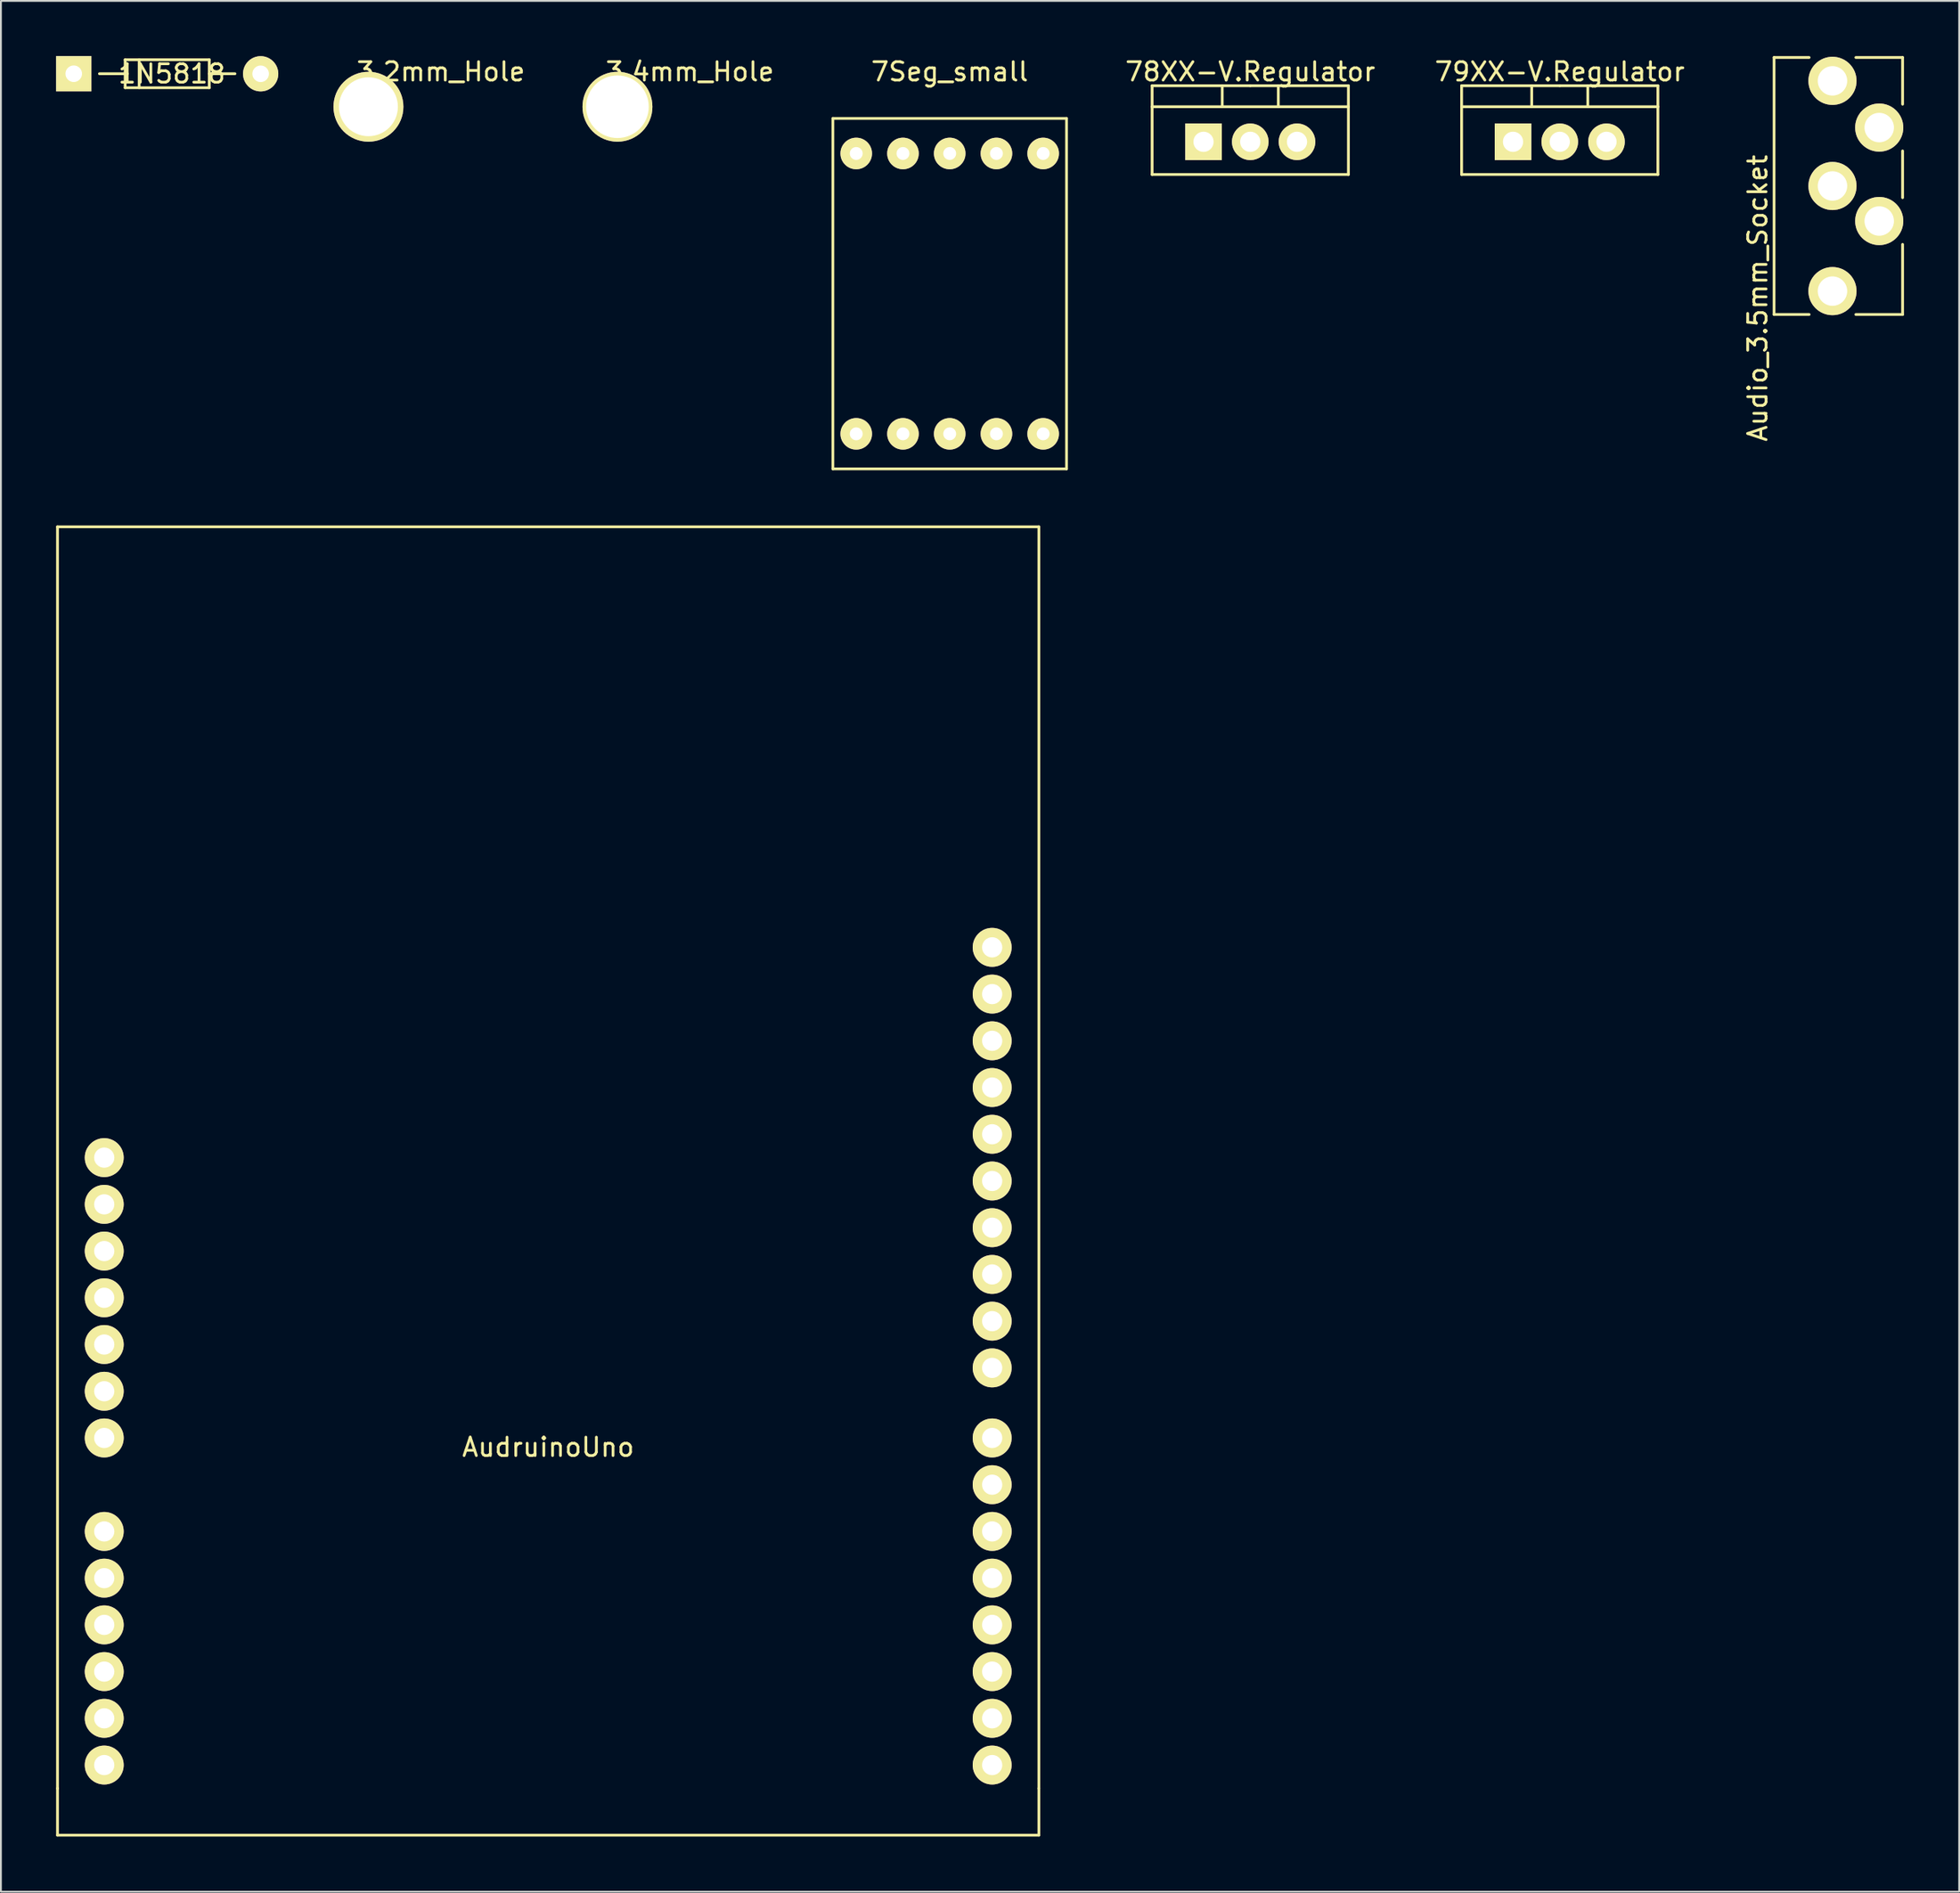
<source format=kicad_pcb>
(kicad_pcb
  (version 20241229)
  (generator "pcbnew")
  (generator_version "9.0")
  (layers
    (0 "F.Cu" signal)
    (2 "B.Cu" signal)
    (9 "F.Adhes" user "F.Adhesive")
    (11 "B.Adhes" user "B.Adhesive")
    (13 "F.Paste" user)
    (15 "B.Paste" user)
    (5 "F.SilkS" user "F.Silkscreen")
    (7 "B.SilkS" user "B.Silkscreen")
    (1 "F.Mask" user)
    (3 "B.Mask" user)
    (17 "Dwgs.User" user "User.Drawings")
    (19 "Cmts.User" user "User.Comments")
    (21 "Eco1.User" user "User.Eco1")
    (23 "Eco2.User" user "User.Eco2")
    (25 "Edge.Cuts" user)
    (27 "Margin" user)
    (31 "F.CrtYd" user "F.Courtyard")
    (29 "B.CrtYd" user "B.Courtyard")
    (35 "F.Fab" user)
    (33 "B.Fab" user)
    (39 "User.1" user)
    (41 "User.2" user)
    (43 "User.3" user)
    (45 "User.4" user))
  (footprint "7Seg_small"
    (layer "F.Cu")
    (at 48.567 20.533)
    (property "Reference" "7Seg_small" (at 0 -19.685 0) (layer "F.SilkS") (effects (font (size 1 1) (thickness 0.15))))
    (attr through_hole)
    (fp_line (start -6.35 -17.145) (end -6.35 1.905) (stroke (width 0.15) (type solid)) (layer "F.SilkS"))
    (fp_line (start -6.35 1.905) (end 6.35 1.905) (stroke (width 0.15) (type solid)) (layer "F.SilkS"))
    (fp_line (start 6.35 -17.145) (end -6.35 -17.145) (stroke (width 0.15) (type solid)) (layer "F.SilkS"))
    (fp_line (start 6.35 1.905) (end 6.35 -17.145) (stroke (width 0.15) (type solid)) (layer "F.SilkS"))
    (pad "1" thru_hole circle (at -5.08 0) (size 1.716 1.716) (drill 0.7) (layers "*.Cu" "*.Mask" "F.SilkS"))
    (pad "2" thru_hole circle (at -2.54 0) (size 1.716 1.716) (drill 0.7) (layers "*.Cu" "*.Mask" "F.SilkS"))
    (pad "3,8" thru_hole circle (at 0 -15.24) (size 1.716 1.716) (drill 0.7) (layers "*.Cu" "*.Mask" "F.SilkS"))
    (pad "3,8" thru_hole circle (at 0 0) (size 1.716 1.716) (drill 0.7) (layers "*.Cu" "*.Mask" "F.SilkS"))
    (pad "4" thru_hole circle (at 2.54 0) (size 1.716 1.716) (drill 0.7) (layers "*.Cu" "*.Mask" "F.SilkS"))
    (pad "5" thru_hole circle (at 5.08 0) (size 1.716 1.716) (drill 0.7) (layers "*.Cu" "*.Mask" "F.SilkS"))
    (pad "6" thru_hole circle (at 5.08 -15.24) (size 1.716 1.716) (drill 0.7) (layers "*.Cu" "*.Mask" "F.SilkS"))
    (pad "7" thru_hole circle (at 2.54 -15.24) (size 1.716 1.716) (drill 0.7) (layers "*.Cu" "*.Mask" "F.SilkS"))
    (pad "9" thru_hole circle (at -2.54 -15.24) (size 1.716 1.716) (drill 0.7) (layers "*.Cu" "*.Mask" "F.SilkS"))
    (pad "10" thru_hole circle (at -5.08 -15.24) (size 1.716 1.716) (drill 0.7) (layers "*.Cu" "*.Mask" "F.SilkS")))
  (footprint "79XX-V.Regulator"
    (layer "F.Cu")
    (at 81.724 4.658)
    (property "Reference" "79XX-V.Regulator" (at 0 -3.81 0) (layer "F.SilkS") (effects (font (size 1 1) (thickness 0.15))))
    (attr through_hole)
    (fp_line (start -5.334 -1.905) (end -5.334 -3.048) (stroke (width 0.15) (type solid)) (layer "F.SilkS"))
    (fp_line (start -5.334 1.778) (end -5.334 -1.905) (stroke (width 0.15) (type solid)) (layer "F.SilkS"))
    (fp_line (start -1.524 -3.048) (end -1.524 -1.905) (stroke (width 0.15) (type solid)) (layer "F.SilkS"))
    (fp_line (start 0 -3.048) (end -5.334 -3.048) (stroke (width 0.15) (type solid)) (layer "F.SilkS"))
    (fp_line (start 0 -3.048) (end 5.334 -3.048) (stroke (width 0.15) (type solid)) (layer "F.SilkS"))
    (fp_line (start 1.524 -3.048) (end 1.524 -1.905) (stroke (width 0.15) (type solid)) (layer "F.SilkS"))
    (fp_line (start 5.334 -3.048) (end 5.334 -1.905) (stroke (width 0.15) (type solid)) (layer "F.SilkS"))
    (fp_line (start 5.334 -1.905) (end -5.334 -1.905) (stroke (width 0.15) (type solid)) (layer "F.SilkS"))
    (fp_line (start 5.334 -1.905) (end 5.334 1.778) (stroke (width 0.15) (type solid)) (layer "F.SilkS"))
    (fp_line (start 5.334 1.778) (end -5.334 1.778) (stroke (width 0.15) (type solid)) (layer "F.SilkS"))
    (pad "GND" thru_hole rect (at -2.54 0 90) (size 1.989 1.989) (drill 1.1) (layers "*.Cu" "*.Mask" "F.SilkS"))
    (pad "VI" thru_hole circle (at 0 0 90) (size 1.989 1.989) (drill 1.1) (layers "*.Cu" "*.Mask" "F.SilkS"))
    (pad "VO" thru_hole circle (at 2.54 0 90) (size 1.989 1.989) (drill 1.1) (layers "*.Cu" "*.Mask" "F.SilkS")))
  (footprint "1N5818"
    (layer "F.Cu")
    (at 0.957 0.961)
    (property "Reference" "1N5818" (at 5.334 0 0) (layer "F.SilkS") (effects (font (size 1 1) (thickness 0.15))))
    (attr through_hole)
    (fp_line (start 2.795 -0.765) (end 2.795 -0.003) (stroke (width 0.15) (type solid)) (layer "F.SilkS"))
    (fp_line (start 2.795 -0.003) (end 2.795 0.759) (stroke (width 0.15) (type solid)) (layer "F.SilkS"))
    (fp_line (start 2.795 0.759) (end 7.367 0.759) (stroke (width 0.15) (type solid)) (layer "F.SilkS"))
    (fp_line (start 2.922 -0.003) (end 1.398 -0.003) (stroke (width 0.15) (type solid)) (layer "F.SilkS"))
    (fp_line (start 3.557 -0.765) (end 3.557 0.759) (stroke (width 0.15) (type solid)) (layer "F.SilkS"))
    (fp_line (start 7.367 -0.765) (end 2.795 -0.765) (stroke (width 0.15) (type solid)) (layer "F.SilkS"))
    (fp_line (start 7.367 -0.003) (end 8.764 -0.003) (stroke (width 0.15) (type solid)) (layer "F.SilkS"))
    (fp_line (start 7.367 0.759) (end 7.367 -0.765) (stroke (width 0.15) (type solid)) (layer "F.SilkS"))
    (pad "1" thru_hole rect (at 0.001 -0.003 180) (size 1.916 1.916) (drill 0.9) (layers "*.Cu" "*.Mask" "F.SilkS"))
    (pad "2" thru_hole circle (at 10.16 0) (size 1.916 1.916) (drill 0.9) (layers "*.Cu" "*.Mask" "F.SilkS")))
  (footprint "78XX-V.Regulator"
    (layer "F.Cu")
    (at 64.903 4.658)
    (property "Reference" "78XX-V.Regulator" (at 0 -3.81 0) (layer "F.SilkS") (effects (font (size 1 1) (thickness 0.15))))
    (attr through_hole)
    (fp_line (start -5.334 -1.905) (end -5.334 -3.048) (stroke (width 0.15) (type solid)) (layer "F.SilkS"))
    (fp_line (start -5.334 1.778) (end -5.334 -1.905) (stroke (width 0.15) (type solid)) (layer "F.SilkS"))
    (fp_line (start -1.524 -3.048) (end -1.524 -1.905) (stroke (width 0.15) (type solid)) (layer "F.SilkS"))
    (fp_line (start 0 -3.048) (end -5.334 -3.048) (stroke (width 0.15) (type solid)) (layer "F.SilkS"))
    (fp_line (start 0 -3.048) (end 5.334 -3.048) (stroke (width 0.15) (type solid)) (layer "F.SilkS"))
    (fp_line (start 1.524 -3.048) (end 1.524 -1.905) (stroke (width 0.15) (type solid)) (layer "F.SilkS"))
    (fp_line (start 5.334 -3.048) (end 5.334 -1.905) (stroke (width 0.15) (type solid)) (layer "F.SilkS"))
    (fp_line (start 5.334 -1.905) (end -5.334 -1.905) (stroke (width 0.15) (type solid)) (layer "F.SilkS"))
    (fp_line (start 5.334 -1.905) (end 5.334 1.778) (stroke (width 0.15) (type solid)) (layer "F.SilkS"))
    (fp_line (start 5.334 1.778) (end -5.334 1.778) (stroke (width 0.15) (type solid)) (layer "F.SilkS"))
    (pad "GND" thru_hole circle (at 0 0 90) (size 1.989 1.989) (drill 1.1) (layers "*.Cu" "*.Mask" "F.SilkS"))
    (pad "VI" thru_hole rect (at -2.54 0 90) (size 1.989 1.989) (drill 1.1) (layers "*.Cu" "*.Mask" "F.SilkS"))
    (pad "VO" thru_hole circle (at 2.54 0 90) (size 1.989 1.989) (drill 1.1) (layers "*.Cu" "*.Mask" "F.SilkS")))
  (footprint "Audio_3.5mm_Socket"
    (layer "F.Cu")
    (at 96.547 7.06)
    (property "Reference" "Audio_3.5mm_Socket" (at -4.064 6.096 90) (layer "F.SilkS") (effects (font (size 1 1) (thickness 0.15))))
    (attr through_hole)
    (fp_line (start -3.175 -6.985) (end -1.27 -6.985) (stroke (width 0.15) (type solid)) (layer "F.SilkS"))
    (fp_line (start -3.175 6.985) (end -3.175 -6.985) (stroke (width 0.15) (type solid)) (layer "F.SilkS"))
    (fp_line (start -1.27 6.985) (end -3.175 6.985) (stroke (width 0.15) (type solid)) (layer "F.SilkS"))
    (fp_line (start 1.27 -6.985) (end 3.81 -6.985) (stroke (width 0.15) (type solid)) (layer "F.SilkS"))
    (fp_line (start 3.81 -6.985) (end 3.81 -4.445) (stroke (width 0.15) (type solid)) (layer "F.SilkS"))
    (fp_line (start 3.81 -1.905) (end 3.81 0.635) (stroke (width 0.15) (type solid)) (layer "F.SilkS"))
    (fp_line (start 3.81 3.175) (end 3.81 6.985) (stroke (width 0.15) (type solid)) (layer "F.SilkS"))
    (fp_line (start 3.81 6.985) (end 1.27 6.985) (stroke (width 0.15) (type solid)) (layer "F.SilkS"))
    (pad "" thru_hole circle (at 0 0) (size 2.616 2.616) (drill 1.6) (layers "*.Cu" "*.Mask" "F.SilkS"))
    (pad "" thru_hole circle (at 0 5.715) (size 2.616 2.616) (drill 1.6) (layers "*.Cu" "*.Mask" "F.SilkS"))
    (pad "1" thru_hole circle (at 2.54 1.905) (size 2.616 2.616) (drill 1.6) (layers "*.Cu" "*.Mask" "F.SilkS"))
    (pad "2" thru_hole circle (at 2.54 -3.175) (size 2.616 2.616) (drill 1.6) (layers "*.Cu" "*.Mask" "F.SilkS"))
    (pad "3" thru_hole circle (at 0 -5.715) (size 2.616 2.616) (drill 1.6) (layers "*.Cu" "*.Mask" "F.SilkS")))
  (footprint "3.2mm_Hole"
    (layer "F.Cu")
    (at 16.975 2.753)
    (property "Reference" "3.2mm_Hole" (at 3.937 -1.905 0) (layer "F.SilkS") (effects (font (size 1 1) (thickness 0.15))))
    (attr through_hole)
    (pad "1" thru_hole circle (at 0 0) (size 3.8 3.8) (drill 3.2) (layers "*.Cu" "*.Mask" "F.SilkS")))
  (footprint "AudruinoUno"
    (layer "F.Cu")
    (at 26.745 75.118)
    (property "Reference" "AudruinoUno" (at 0 0.5 0) (layer "F.SilkS") (effects (font (size 1 1) (thickness 0.15))))
    (attr through_hole)
    (fp_line (start -26.67 -49.53) (end 26.67 -49.53) (stroke (width 0.15) (type solid)) (layer "F.SilkS"))
    (fp_line (start -26.67 19.05) (end -26.67 -49.53) (stroke (width 0.15) (type solid)) (layer "F.SilkS"))
    (fp_line (start -26.67 21.59) (end -26.67 19.05) (stroke (width 0.15) (type solid)) (layer "F.SilkS"))
    (fp_line (start 26.67 -49.53) (end 26.67 19.05) (stroke (width 0.15) (type solid)) (layer "F.SilkS"))
    (fp_line (start 26.67 19.05) (end 26.67 21.59) (stroke (width 0.15) (type solid)) (layer "F.SilkS"))
    (fp_line (start 26.67 21.59) (end -26.67 21.59) (stroke (width 0.15) (type solid)) (layer "F.SilkS"))
    (pad "3V3" thru_hole circle (at -24.13 -10.16) (size 2.116 2.116) (drill 1.1) (layers "*.Cu" "*.Mask" "F.SilkS"))
    (pad "5V" thru_hole circle (at -24.13 -7.62) (size 2.116 2.116) (drill 1.1) (layers "*.Cu" "*.Mask" "F.SilkS"))
    (pad "A0" thru_hole circle (at -24.13 5.08) (size 2.116 2.116) (drill 1.1) (layers "*.Cu" "*.Mask" "F.SilkS"))
    (pad "A1" thru_hole circle (at -24.13 7.62) (size 2.116 2.116) (drill 1.1) (layers "*.Cu" "*.Mask" "F.SilkS"))
    (pad "A2" thru_hole circle (at -24.13 10.16) (size 2.116 2.116) (drill 1.1) (layers "*.Cu" "*.Mask" "F.SilkS"))
    (pad "A3" thru_hole circle (at -24.13 12.7) (size 2.116 2.116) (drill 1.1) (layers "*.Cu" "*.Mask" "F.SilkS"))
    (pad "A4" thru_hole circle (at -24.13 15.24) (size 2.116 2.116) (drill 1.1) (layers "*.Cu" "*.Mask" "F.SilkS"))
    (pad "A5" thru_hole circle (at -24.13 17.78) (size 2.116 2.116) (drill 1.1) (layers "*.Cu" "*.Mask" "F.SilkS"))
    (pad "AREF" thru_hole circle (at 24.13 -21.59) (size 2.116 2.116) (drill 1.1) (layers "*.Cu" "*.Mask" "F.SilkS"))
    (pad "D0" thru_hole circle (at 24.13 17.78) (size 2.116 2.116) (drill 1.1) (layers "*.Cu" "*.Mask" "F.SilkS"))
    (pad "D1" thru_hole circle (at 24.13 15.24) (size 2.116 2.116) (drill 1.1) (layers "*.Cu" "*.Mask" "F.SilkS"))
    (pad "D2" thru_hole circle (at 24.13 12.7) (size 2.116 2.116) (drill 1.1) (layers "*.Cu" "*.Mask" "F.SilkS"))
    (pad "D3" thru_hole circle (at 24.13 10.16) (size 2.116 2.116) (drill 1.1) (layers "*.Cu" "*.Mask" "F.SilkS"))
    (pad "D4" thru_hole circle (at 24.13 7.62) (size 2.116 2.116) (drill 1.1) (layers "*.Cu" "*.Mask" "F.SilkS"))
    (pad "D5" thru_hole circle (at 24.13 5.08) (size 2.116 2.116) (drill 1.1) (layers "*.Cu" "*.Mask" "F.SilkS"))
    (pad "D6" thru_hole circle (at 24.13 2.54) (size 2.116 2.116) (drill 1.1) (layers "*.Cu" "*.Mask" "F.SilkS"))
    (pad "D7" thru_hole circle (at 24.13 0) (size 2.116 2.116) (drill 1.1) (layers "*.Cu" "*.Mask" "F.SilkS"))
    (pad "D8" thru_hole circle (at 24.13 -3.81) (size 2.116 2.116) (drill 1.1) (layers "*.Cu" "*.Mask" "F.SilkS"))
    (pad "D9" thru_hole circle (at 24.13 -6.35) (size 2.116 2.116) (drill 1.1) (layers "*.Cu" "*.Mask" "F.SilkS"))
    (pad "D10" thru_hole circle (at 24.13 -8.89) (size 2.116 2.116) (drill 1.1) (layers "*.Cu" "*.Mask" "F.SilkS"))
    (pad "D11" thru_hole circle (at 24.13 -11.43) (size 2.116 2.116) (drill 1.1) (layers "*.Cu" "*.Mask" "F.SilkS"))
    (pad "D12" thru_hole circle (at 24.13 -13.97) (size 2.116 2.116) (drill 1.1) (layers "*.Cu" "*.Mask" "F.SilkS"))
    (pad "D13" thru_hole circle (at 24.13 -16.51) (size 2.116 2.116) (drill 1.1) (layers "*.Cu" "*.Mask" "F.SilkS"))
    (pad "GND" thru_hole circle (at -24.13 -5.08) (size 2.116 2.116) (drill 1.1) (layers "*.Cu" "*.Mask" "F.SilkS"))
    (pad "GND" thru_hole circle (at -24.13 -2.54) (size 2.116 2.116) (drill 1.1) (layers "*.Cu" "*.Mask" "F.SilkS"))
    (pad "GND" thru_hole circle (at 24.13 -19.05) (size 2.116 2.116) (drill 1.1) (layers "*.Cu" "*.Mask" "F.SilkS"))
    (pad "REF" thru_hole circle (at -24.13 -15.24) (size 2.116 2.116) (drill 1.1) (layers "*.Cu" "*.Mask" "F.SilkS"))
    (pad "RST" thru_hole circle (at -24.13 -12.7) (size 2.116 2.116) (drill 1.1) (layers "*.Cu" "*.Mask" "F.SilkS"))
    (pad "SDA" thru_hole circle (at 24.13 -24.13) (size 2.116 2.116) (drill 1.1) (layers "*.Cu" "*.Mask" "F.SilkS"))
    (pad "SDL" thru_hole circle (at 24.13 -26.67) (size 2.116 2.116) (drill 1.1) (layers "*.Cu" "*.Mask" "F.SilkS"))
    (pad "Vin" thru_hole circle (at -24.13 0) (size 2.116 2.116) (drill 1.1) (layers "*.Cu" "*.Mask" "F.SilkS")))
  (footprint "3.4mm_Hole"
    (layer "F.Cu")
    (at 30.509 2.753)
    (property "Reference" "3.4mm_Hole" (at 3.937 -1.905 0) (layer "F.SilkS") (effects (font (size 1 1) (thickness 0.15))))
    (attr through_hole)
    (pad "1" thru_hole circle (at 0 0) (size 3.8 3.8) (drill 3.4) (layers "*.Cu" "*.Mask" "F.SilkS")))
  (gr_rect
    (start -3 -3)
    (end 103.432 99.783)
    (stroke (width 0.1) (type default))
    (fill no)
    (layer "Edge.Cuts")))
</source>
